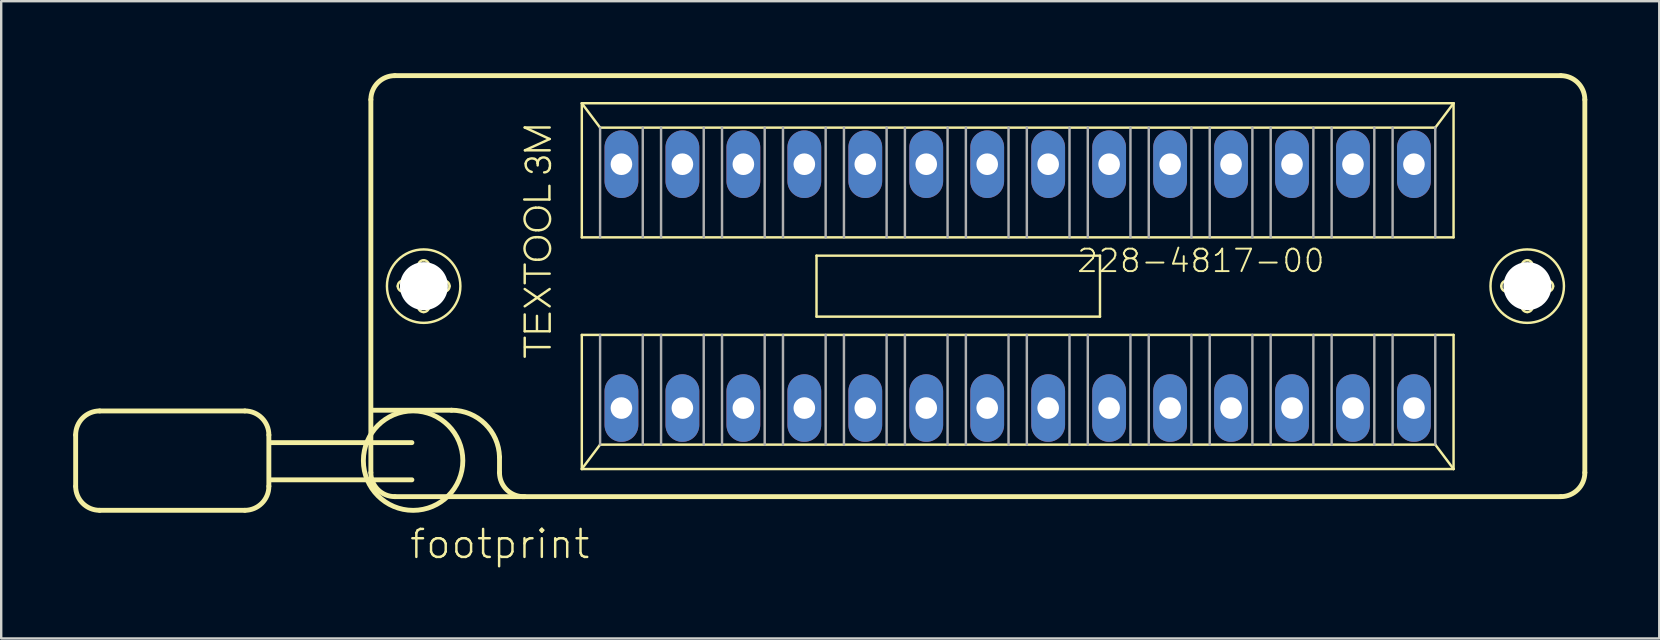
<source format=kicad_pcb>
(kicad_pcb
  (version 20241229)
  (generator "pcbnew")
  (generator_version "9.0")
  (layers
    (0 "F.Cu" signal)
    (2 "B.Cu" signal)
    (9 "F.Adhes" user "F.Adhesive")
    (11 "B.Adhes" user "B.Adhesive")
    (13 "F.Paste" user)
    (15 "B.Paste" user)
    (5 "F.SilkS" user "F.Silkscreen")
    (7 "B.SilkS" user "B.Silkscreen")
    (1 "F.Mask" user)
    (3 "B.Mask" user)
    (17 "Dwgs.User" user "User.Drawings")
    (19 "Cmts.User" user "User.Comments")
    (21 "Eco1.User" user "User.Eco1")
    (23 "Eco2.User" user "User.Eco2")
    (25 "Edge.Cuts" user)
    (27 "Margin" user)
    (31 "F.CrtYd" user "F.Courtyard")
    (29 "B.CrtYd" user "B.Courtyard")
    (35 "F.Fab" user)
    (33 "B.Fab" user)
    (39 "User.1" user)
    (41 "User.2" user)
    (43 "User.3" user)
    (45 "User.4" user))
  (footprint "footprint"
    (layer "F.Cu")
    (at 39.352 8.872)
    (property "Reference" "footprint" (at -25.4 11.43 0) (layer "F.SilkS") (effects (font (size 1.168 1.168) (thickness 0.102)) (justify left bottom)))
    (fp_line (start -39.25 6.2) (end -39.25 8.34) (stroke (width 0.203) (type solid)) (layer "F.SilkS"))
    (fp_line (start -38.25 5.2) (end -32.2 5.2) (stroke (width 0.203) (type solid)) (layer "F.SilkS"))
    (fp_line (start -32.2 9.34) (end -38.25 9.34) (stroke (width 0.203) (type solid)) (layer "F.SilkS"))
    (fp_line (start -31.2 6.2) (end -31.2 8.34) (stroke (width 0.203) (type solid)) (layer "F.SilkS"))
    (fp_line (start -26.95 7.77) (end -26.95 -7.77) (stroke (width 0.203) (type solid)) (layer "F.SilkS"))
    (fp_line (start -26.84 5.17) (end -23.59 5.17) (stroke (width 0.203) (type solid)) (layer "F.SilkS"))
    (fp_line (start -25.95 -8.77) (end 22.63 -8.77) (stroke (width 0.203) (type solid)) (layer "F.SilkS"))
    (fp_line (start -25.6 -0.23) (end -25.05 -0.23) (stroke (width 0.102) (type solid)) (layer "F.SilkS"))
    (fp_line (start -25.24 6.52) (end -31.15 6.52) (stroke (width 0.203) (type solid)) (layer "F.SilkS"))
    (fp_line (start -25.24 8.07) (end -31.15 8.07) (stroke (width 0.203) (type solid)) (layer "F.SilkS"))
    (fp_line (start -25.06 0.23) (end -25.6 0.23) (stroke (width 0.102) (type solid)) (layer "F.SilkS"))
    (fp_line (start -24.98 -0.31) (end -24.98 -0.85) (stroke (width 0.102) (type solid)) (layer "F.SilkS"))
    (fp_line (start -24.98 0.85) (end -24.98 0.3) (stroke (width 0.102) (type solid)) (layer "F.SilkS"))
    (fp_line (start -24.52 -0.85) (end -24.52 -0.3) (stroke (width 0.102) (type solid)) (layer "F.SilkS"))
    (fp_line (start -24.52 0.31) (end -24.52 0.85) (stroke (width 0.102) (type solid)) (layer "F.SilkS"))
    (fp_line (start -24.44 -0.23) (end -23.9 -0.23) (stroke (width 0.102) (type solid)) (layer "F.SilkS"))
    (fp_line (start -23.9 0.23) (end -24.45 0.23) (stroke (width 0.102) (type solid)) (layer "F.SilkS"))
    (fp_line (start -21.59 7.12) (end -21.59 7.77) (stroke (width 0.203) (type solid)) (layer "F.SilkS"))
    (fp_line (start -20.56 -3.61) (end -19.51 -3.61) (stroke (width 0.102) (type solid)) (layer "F.SilkS"))
    (fp_line (start -20.54 -6.61) (end -19.5 -6.61) (stroke (width 0.102) (type solid)) (layer "F.SilkS"))
    (fp_line (start -20.54 -0.12) (end -20.54 -0.9) (stroke (width 0.102) (type solid)) (layer "F.SilkS"))
    (fp_line (start -20.54 0.12) (end -19.5 0.84) (stroke (width 0.102) (type solid)) (layer "F.SilkS"))
    (fp_line (start -20.54 0.84) (end -19.5 0.12) (stroke (width 0.102) (type solid)) (layer "F.SilkS"))
    (fp_line (start -20.54 1.18) (end -20.54 1.88) (stroke (width 0.102) (type solid)) (layer "F.SilkS"))
    (fp_line (start -20.54 1.88) (end -19.5 1.88) (stroke (width 0.102) (type solid)) (layer "F.SilkS"))
    (fp_line (start -20.54 2.94) (end -20.54 2.15) (stroke (width 0.102) (type solid)) (layer "F.SilkS"))
    (fp_line (start -20.53 -5.66) (end -19.5 -6.13) (stroke (width 0.102) (type solid)) (layer "F.SilkS"))
    (fp_line (start -20.53 2.54) (end -19.5 2.54) (stroke (width 0.102) (type solid)) (layer "F.SilkS"))
    (fp_line (start -20.52 -0.52) (end -19.5 -0.52) (stroke (width 0.102) (type solid)) (layer "F.SilkS"))
    (fp_line (start -20.08 -3.27) (end -19.95 -3.27) (stroke (width 0.102) (type solid)) (layer "F.SilkS"))
    (fp_line (start -20.08 -2.33) (end -19.95 -2.33) (stroke (width 0.102) (type solid)) (layer "F.SilkS"))
    (fp_line (start -20.08 -2.04) (end -19.95 -2.04) (stroke (width 0.102) (type solid)) (layer "F.SilkS"))
    (fp_line (start -20.08 -1.1) (end -19.95 -1.1) (stroke (width 0.102) (type solid)) (layer "F.SilkS"))
    (fp_line (start -20.03 1.24) (end -20.03 1.84) (stroke (width 0.102) (type solid)) (layer "F.SilkS"))
    (fp_line (start -20 -5.03) (end -20 -5.12) (stroke (width 0.102) (type solid)) (layer "F.SilkS"))
    (fp_line (start -19.51 -3.61) (end -19.51 -4.18) (stroke (width 0.102) (type solid)) (layer "F.SilkS"))
    (fp_line (start -19.5 -6.13) (end -20.54 -6.61) (stroke (width 0.102) (type solid)) (layer "F.SilkS"))
    (fp_line (start -19.5 -5.66) (end -20.53 -5.66) (stroke (width 0.102) (type solid)) (layer "F.SilkS"))
    (fp_line (start -19.5 1.88) (end -19.5 1.15) (stroke (width 0.102) (type solid)) (layer "F.SilkS"))
    (fp_line (start -18.161 -7.62) (end 18.161 -7.62) (stroke (width 0.102) (type solid)) (layer "F.SilkS"))
    (fp_line (start -18.161 -2.032) (end -18.161 -7.62) (stroke (width 0.102) (type solid)) (layer "F.SilkS"))
    (fp_line (start -18.161 2.032) (end 18.161 2.032) (stroke (width 0.102) (type solid)) (layer "F.SilkS"))
    (fp_line (start -18.161 7.62) (end -18.161 2.032) (stroke (width 0.102) (type solid)) (layer "F.SilkS"))
    (fp_line (start -18.161 7.62) (end -17.399 6.604) (stroke (width 0.102) (type solid)) (layer "F.SilkS"))
    (fp_line (start -17.399 -6.604) (end -18.161 -7.62) (stroke (width 0.102) (type solid)) (layer "F.SilkS"))
    (fp_line (start -17.399 6.604) (end 17.399 6.604) (stroke (width 0.102) (type solid)) (layer "F.SilkS"))
    (fp_line (start -8.382 -1.27) (end 3.429 -1.27) (stroke (width 0.102) (type solid)) (layer "F.SilkS"))
    (fp_line (start -8.382 1.27) (end -8.382 -1.27) (stroke (width 0.102) (type solid)) (layer "F.SilkS"))
    (fp_line (start 3.429 -1.27) (end 3.429 1.27) (stroke (width 0.102) (type solid)) (layer "F.SilkS"))
    (fp_line (start 3.429 1.27) (end -8.382 1.27) (stroke (width 0.102) (type solid)) (layer "F.SilkS"))
    (fp_line (start 17.399 -6.604) (end -17.399 -6.604) (stroke (width 0.102) (type solid)) (layer "F.SilkS"))
    (fp_line (start 17.399 6.604) (end 18.161 7.62) (stroke (width 0.102) (type solid)) (layer "F.SilkS"))
    (fp_line (start 18.161 -7.62) (end 17.399 -6.604) (stroke (width 0.102) (type solid)) (layer "F.SilkS"))
    (fp_line (start 18.161 -7.62) (end 18.161 -2.032) (stroke (width 0.102) (type solid)) (layer "F.SilkS"))
    (fp_line (start 18.161 -2.032) (end -18.161 -2.032) (stroke (width 0.102) (type solid)) (layer "F.SilkS"))
    (fp_line (start 18.161 2.032) (end 18.161 7.62) (stroke (width 0.102) (type solid)) (layer "F.SilkS"))
    (fp_line (start 18.161 7.62) (end -18.161 7.62) (stroke (width 0.102) (type solid)) (layer "F.SilkS"))
    (fp_line (start 20.38 -0.23) (end 20.93 -0.23) (stroke (width 0.102) (type solid)) (layer "F.SilkS"))
    (fp_line (start 20.92 0.23) (end 20.38 0.23) (stroke (width 0.102) (type solid)) (layer "F.SilkS"))
    (fp_line (start 21 -0.31) (end 21 -0.85) (stroke (width 0.102) (type solid)) (layer "F.SilkS"))
    (fp_line (start 21 0.85) (end 21 0.3) (stroke (width 0.102) (type solid)) (layer "F.SilkS"))
    (fp_line (start 21.46 -0.85) (end 21.46 -0.3) (stroke (width 0.102) (type solid)) (layer "F.SilkS"))
    (fp_line (start 21.46 0.31) (end 21.46 0.85) (stroke (width 0.102) (type solid)) (layer "F.SilkS"))
    (fp_line (start 21.54 -0.23) (end 22.08 -0.23) (stroke (width 0.102) (type solid)) (layer "F.SilkS"))
    (fp_line (start 22.08 0.23) (end 21.53 0.23) (stroke (width 0.102) (type solid)) (layer "F.SilkS"))
    (fp_line (start 22.63 8.77) (end -25.95 8.77) (stroke (width 0.203) (type solid)) (layer "F.SilkS"))
    (fp_line (start 23.63 -7.77) (end 23.63 7.77) (stroke (width 0.203) (type solid)) (layer "F.SilkS"))
    (fp_arc (start -39.25 6.2) (mid -38.957107 5.492893) (end -38.25 5.2) (stroke (width 0.2032) (type solid)) (layer "F.SilkS"))
    (fp_arc (start -38.25 9.34) (mid -38.957107 9.047107) (end -39.25 8.34) (stroke (width 0.2032) (type solid)) (layer "F.SilkS"))
    (fp_arc (start -32.2 5.2) (mid -31.492893 5.492893) (end -31.2 6.2) (stroke (width 0.2032) (type solid)) (layer "F.SilkS"))
    (fp_arc (start -31.2 8.34) (mid -31.492893 9.047107) (end -32.2 9.34) (stroke (width 0.2032) (type solid)) (layer "F.SilkS"))
    (fp_arc (start -26.95 -7.77) (mid -26.657107 -8.477107) (end -25.95 -8.77) (stroke (width 0.2032) (type solid)) (layer "F.SilkS"))
    (fp_arc (start -25.95 8.77) (mid -26.657107 8.477107) (end -26.95 7.77) (stroke (width 0.2032) (type solid)) (layer "F.SilkS"))
    (fp_arc (start -25.83 0) (mid -25.762635 -0.162635) (end -25.6 -0.23) (stroke (width 0.1016) (type solid)) (layer "F.SilkS"))
    (fp_arc (start -25.6 0.23) (mid -25.762635 0.162635) (end -25.83 0) (stroke (width 0.1016) (type solid)) (layer "F.SilkS"))
    (fp_arc (start -25.06 0.23) (mid -25.010503 0.250503) (end -24.99 0.3) (stroke (width 0.1016) (type solid)) (layer "F.SilkS"))
    (fp_arc (start -24.98 -0.85) (mid -24.912635 -1.012635) (end -24.75 -1.08) (stroke (width 0.1016) (type solid)) (layer "F.SilkS"))
    (fp_arc (start -24.98 -0.3) (mid -25.000503 -0.250503) (end -25.05 -0.23) (stroke (width 0.1016) (type solid)) (layer "F.SilkS"))
    (fp_arc (start -24.75 -1.08) (mid -24.587365 -1.012635) (end -24.52 -0.85) (stroke (width 0.1016) (type solid)) (layer "F.SilkS"))
    (fp_arc (start -24.75 1.08) (mid -24.912635 1.012635) (end -24.98 0.85) (stroke (width 0.1016) (type solid)) (layer "F.SilkS"))
    (fp_arc (start -24.52 0.3) (mid -24.499497 0.250503) (end -24.45 0.23) (stroke (width 0.1016) (type solid)) (layer "F.SilkS"))
    (fp_arc (start -24.52 0.85) (mid -24.587365 1.012635) (end -24.75 1.08) (stroke (width 0.1016) (type solid)) (layer "F.SilkS"))
    (fp_arc (start -24.45 -0.23) (mid -24.499497 -0.250503) (end -24.52 -0.3) (stroke (width 0.1016) (type solid)) (layer "F.SilkS"))
    (fp_arc (start -23.9 -0.23) (mid -23.737365 -0.162635) (end -23.67 0) (stroke (width 0.1016) (type solid)) (layer "F.SilkS"))
    (fp_arc (start -23.67 0) (mid -23.737365 0.162635) (end -23.9 0.23) (stroke (width 0.1016) (type solid)) (layer "F.SilkS"))
    (fp_arc (start -23.59 5.17) (mid -22.193341 5.738169) (end -21.59 7.119998) (stroke (width 0.2032) (type solid)) (layer "F.SilkS"))
    (fp_arc (start -20.539998 8.769999) (mid -21.279284 8.495) (end -21.59 7.77) (stroke (width 0.2032) (type solid)) (layer "F.SilkS"))
    (fp_arc (start -20.5 -5.109999) (mid -20.464621 -5.207696) (end -20.39 -5.28) (stroke (width 0.1016) (type solid)) (layer "F.SilkS"))
    (fp_arc (start -20.39 -5.28) (mid -20.257382 -5.322157) (end -20.12 -5.3) (stroke (width 0.1016) (type solid)) (layer "F.SilkS"))
    (fp_arc (start -20.250001 -4.759999) (mid -20.44297 -4.88645) (end -20.5 -5.11) (stroke (width 0.1016) (type solid)) (layer "F.SilkS"))
    (fp_arc (start -20.120001 -5.299999) (mid -20.032751 -5.228166) (end -20 -5.12) (stroke (width 0.1016) (type solid)) (layer "F.SilkS"))
    (fp_arc (start -20.08 -2.33) (mid -20.55 -2.8) (end -20.08 -3.27) (stroke (width 0.1016) (type solid)) (layer "F.SilkS"))
    (fp_arc (start -20.08 -1.1) (mid -20.55 -1.57) (end -20.08 -2.04) (stroke (width 0.1016) (type solid)) (layer "F.SilkS"))
    (fp_arc (start -20 -5.12) (mid -19.96789 -5.240938) (end -19.879999 -5.330001) (stroke (width 0.1016) (type solid)) (layer "F.SilkS"))
    (fp_arc (start -19.95 -3.27) (mid -19.48 -2.8) (end -19.95 -2.33) (stroke (width 0.1016) (type solid)) (layer "F.SilkS"))
    (fp_arc (start -19.95 -2.04) (mid -19.48 -1.57) (end -19.95 -1.1) (stroke (width 0.1016) (type solid)) (layer "F.SilkS"))
    (fp_arc (start -19.88 -5.33) (mid -19.736885 -5.363595) (end -19.599999 -5.309999) (stroke (width 0.1016) (type solid)) (layer "F.SilkS"))
    (fp_arc (start -19.6 -5.31) (mid -19.525084 -5.220954) (end -19.49 -5.110001) (stroke (width 0.1016) (type solid)) (layer "F.SilkS"))
    (fp_arc (start -19.5 -4.92) (mid -19.582524 -4.788503) (end -19.73 -4.740001) (stroke (width 0.1016) (type solid)) (layer "F.SilkS"))
    (fp_arc (start -19.49 -5.11) (mid -19.487277 -5.014593) (end -19.5 -4.92) (stroke (width 0.1016) (type solid)) (layer "F.SilkS"))
    (fp_arc (start 20.15 0) (mid 20.217365 -0.162635) (end 20.38 -0.23) (stroke (width 0.1016) (type solid)) (layer "F.SilkS"))
    (fp_arc (start 20.38 0.23) (mid 20.217365 0.162635) (end 20.15 0) (stroke (width 0.1016) (type solid)) (layer "F.SilkS"))
    (fp_arc (start 20.92 0.23) (mid 20.969497 0.250503) (end 20.99 0.3) (stroke (width 0.1016) (type solid)) (layer "F.SilkS"))
    (fp_arc (start 21 -0.85) (mid 21.067365 -1.012635) (end 21.23 -1.08) (stroke (width 0.1016) (type solid)) (layer "F.SilkS"))
    (fp_arc (start 21 -0.3) (mid 20.979497 -0.250503) (end 20.93 -0.23) (stroke (width 0.1016) (type solid)) (layer "F.SilkS"))
    (fp_arc (start 21.23 -1.08) (mid 21.392635 -1.012635) (end 21.46 -0.85) (stroke (width 0.1016) (type solid)) (layer "F.SilkS"))
    (fp_arc (start 21.23 1.08) (mid 21.067365 1.012635) (end 21 0.85) (stroke (width 0.1016) (type solid)) (layer "F.SilkS"))
    (fp_arc (start 21.46 0.3) (mid 21.480503 0.250503) (end 21.53 0.23) (stroke (width 0.1016) (type solid)) (layer "F.SilkS"))
    (fp_arc (start 21.46 0.85) (mid 21.392635 1.012635) (end 21.23 1.08) (stroke (width 0.1016) (type solid)) (layer "F.SilkS"))
    (fp_arc (start 21.53 -0.23) (mid 21.480503 -0.250503) (end 21.46 -0.3) (stroke (width 0.1016) (type solid)) (layer "F.SilkS"))
    (fp_arc (start 22.08 -0.23) (mid 22.242635 -0.162635) (end 22.31 0) (stroke (width 0.1016) (type solid)) (layer "F.SilkS"))
    (fp_arc (start 22.31 0) (mid 22.242635 0.162635) (end 22.08 0.23) (stroke (width 0.1016) (type solid)) (layer "F.SilkS"))
    (fp_arc (start 22.63 -8.77) (mid 23.337107 -8.477107) (end 23.63 -7.77) (stroke (width 0.2032) (type solid)) (layer "F.SilkS"))
    (fp_arc (start 23.63 7.77) (mid 23.337107 8.477107) (end 22.63 8.77) (stroke (width 0.2032) (type solid)) (layer "F.SilkS"))
    (fp_circle (center -25.19 7.27) (end -23.118 7.27) (stroke (width 0.203) (type solid)) (fill no) (layer "F.SilkS"))
    (fp_circle (center -24.75 0) (end -23.22 0) (stroke (width 0.102) (type solid)) (fill no) (layer "F.SilkS"))
    (fp_circle (center 21.23 0) (end 22.76 0) (stroke (width 0.102) (type solid)) (fill no) (layer "F.SilkS"))
    (fp_line (start -17.399 -6.604) (end -17.399 -2.032) (stroke (width 0.102) (type solid)) (layer "F.Fab"))
    (fp_line (start -17.399 2.032) (end -17.399 6.604) (stroke (width 0.102) (type solid)) (layer "F.Fab"))
    (fp_line (start -15.621 -2.032) (end -15.621 -6.604) (stroke (width 0.102) (type solid)) (layer "F.Fab"))
    (fp_line (start -15.621 2.032) (end -15.621 6.604) (stroke (width 0.102) (type solid)) (layer "F.Fab"))
    (fp_line (start -14.859 -2.032) (end -14.859 -6.604) (stroke (width 0.102) (type solid)) (layer "F.Fab"))
    (fp_line (start -14.859 2.032) (end -14.859 6.604) (stroke (width 0.102) (type solid)) (layer "F.Fab"))
    (fp_line (start -13.081 -2.032) (end -13.081 -6.604) (stroke (width 0.102) (type solid)) (layer "F.Fab"))
    (fp_line (start -13.081 2.032) (end -13.081 6.604) (stroke (width 0.102) (type solid)) (layer "F.Fab"))
    (fp_line (start -12.319 -2.032) (end -12.319 -6.604) (stroke (width 0.102) (type solid)) (layer "F.Fab"))
    (fp_line (start -12.319 2.032) (end -12.319 6.604) (stroke (width 0.102) (type solid)) (layer "F.Fab"))
    (fp_line (start -10.541 -2.032) (end -10.541 -6.604) (stroke (width 0.102) (type solid)) (layer "F.Fab"))
    (fp_line (start -10.541 2.032) (end -10.541 6.604) (stroke (width 0.102) (type solid)) (layer "F.Fab"))
    (fp_line (start -9.779 -2.032) (end -9.779 -6.604) (stroke (width 0.102) (type solid)) (layer "F.Fab"))
    (fp_line (start -9.779 2.032) (end -9.779 6.604) (stroke (width 0.102) (type solid)) (layer "F.Fab"))
    (fp_line (start -8.001 -2.032) (end -8.001 -6.604) (stroke (width 0.102) (type solid)) (layer "F.Fab"))
    (fp_line (start -8.001 2.032) (end -8.001 6.604) (stroke (width 0.102) (type solid)) (layer "F.Fab"))
    (fp_line (start -7.239 -2.032) (end -7.239 -6.604) (stroke (width 0.102) (type solid)) (layer "F.Fab"))
    (fp_line (start -7.239 2.032) (end -7.239 6.604) (stroke (width 0.102) (type solid)) (layer "F.Fab"))
    (fp_line (start -5.461 -2.032) (end -5.461 -6.604) (stroke (width 0.102) (type solid)) (layer "F.Fab"))
    (fp_line (start -5.461 2.032) (end -5.461 6.604) (stroke (width 0.102) (type solid)) (layer "F.Fab"))
    (fp_line (start -4.699 -2.032) (end -4.699 -6.604) (stroke (width 0.102) (type solid)) (layer "F.Fab"))
    (fp_line (start -4.699 2.032) (end -4.699 6.604) (stroke (width 0.102) (type solid)) (layer "F.Fab"))
    (fp_line (start -2.921 -2.032) (end -2.921 -6.604) (stroke (width 0.102) (type solid)) (layer "F.Fab"))
    (fp_line (start -2.921 2.032) (end -2.921 6.604) (stroke (width 0.102) (type solid)) (layer "F.Fab"))
    (fp_line (start -2.159 -2.032) (end -2.159 -6.604) (stroke (width 0.102) (type solid)) (layer "F.Fab"))
    (fp_line (start -2.159 2.032) (end -2.159 6.604) (stroke (width 0.102) (type solid)) (layer "F.Fab"))
    (fp_line (start -0.381 -2.032) (end -0.381 -6.604) (stroke (width 0.102) (type solid)) (layer "F.Fab"))
    (fp_line (start -0.381 2.032) (end -0.381 6.604) (stroke (width 0.102) (type solid)) (layer "F.Fab"))
    (fp_line (start 0.381 -2.032) (end 0.381 -6.604) (stroke (width 0.102) (type solid)) (layer "F.Fab"))
    (fp_line (start 0.381 2.032) (end 0.381 6.604) (stroke (width 0.102) (type solid)) (layer "F.Fab"))
    (fp_line (start 2.159 -2.032) (end 2.159 -6.604) (stroke (width 0.102) (type solid)) (layer "F.Fab"))
    (fp_line (start 2.159 2.032) (end 2.159 6.604) (stroke (width 0.102) (type solid)) (layer "F.Fab"))
    (fp_line (start 2.921 -2.032) (end 2.921 -6.604) (stroke (width 0.102) (type solid)) (layer "F.Fab"))
    (fp_line (start 2.921 2.032) (end 2.921 6.604) (stroke (width 0.102) (type solid)) (layer "F.Fab"))
    (fp_line (start 4.699 -2.032) (end 4.699 -6.604) (stroke (width 0.102) (type solid)) (layer "F.Fab"))
    (fp_line (start 4.699 2.032) (end 4.699 6.604) (stroke (width 0.102) (type solid)) (layer "F.Fab"))
    (fp_line (start 5.461 -2.032) (end 5.461 -6.604) (stroke (width 0.102) (type solid)) (layer "F.Fab"))
    (fp_line (start 5.461 2.032) (end 5.461 6.604) (stroke (width 0.102) (type solid)) (layer "F.Fab"))
    (fp_line (start 7.239 -2.032) (end 7.239 -6.604) (stroke (width 0.102) (type solid)) (layer "F.Fab"))
    (fp_line (start 7.239 2.032) (end 7.239 6.604) (stroke (width 0.102) (type solid)) (layer "F.Fab"))
    (fp_line (start 8.001 -2.032) (end 8.001 -6.604) (stroke (width 0.102) (type solid)) (layer "F.Fab"))
    (fp_line (start 8.001 2.032) (end 8.001 6.604) (stroke (width 0.102) (type solid)) (layer "F.Fab"))
    (fp_line (start 9.779 -2.032) (end 9.779 -6.604) (stroke (width 0.102) (type solid)) (layer "F.Fab"))
    (fp_line (start 9.779 2.032) (end 9.779 6.604) (stroke (width 0.102) (type solid)) (layer "F.Fab"))
    (fp_line (start 10.541 -2.032) (end 10.541 -6.604) (stroke (width 0.102) (type solid)) (layer "F.Fab"))
    (fp_line (start 10.541 2.032) (end 10.541 6.604) (stroke (width 0.102) (type solid)) (layer "F.Fab"))
    (fp_line (start 12.319 -2.032) (end 12.319 -6.604) (stroke (width 0.102) (type solid)) (layer "F.Fab"))
    (fp_line (start 12.319 2.032) (end 12.319 6.604) (stroke (width 0.102) (type solid)) (layer "F.Fab"))
    (fp_line (start 13.081 -2.032) (end 13.081 -6.604) (stroke (width 0.102) (type solid)) (layer "F.Fab"))
    (fp_line (start 13.081 2.032) (end 13.081 6.604) (stroke (width 0.102) (type solid)) (layer "F.Fab"))
    (fp_line (start 14.859 -2.032) (end 14.859 -6.604) (stroke (width 0.102) (type solid)) (layer "F.Fab"))
    (fp_line (start 14.859 2.032) (end 14.859 6.604) (stroke (width 0.102) (type solid)) (layer "F.Fab"))
    (fp_line (start 15.621 -2.032) (end 15.621 -6.604) (stroke (width 0.102) (type solid)) (layer "F.Fab"))
    (fp_line (start 15.621 2.032) (end 15.621 6.604) (stroke (width 0.102) (type solid)) (layer "F.Fab"))
    (fp_line (start 17.399 -2.032) (end 17.399 -6.604) (stroke (width 0.102) (type solid)) (layer "F.Fab"))
    (fp_line (start 17.399 6.604) (end 17.399 2.032) (stroke (width 0.102) (type solid)) (layer "F.Fab"))
    (fp_text user "228-4817-00" (at 2.413 -0.508 180) (layer "F.SilkS") (effects (font (size 0.935 0.935) (thickness 0.081)) (justify left bottom)))
    (pad "" np_thru_hole circle (at -24.74 0) (size 2 2) (drill 2) (layers "*.Cu" "*.Mask"))
    (pad "" np_thru_hole circle (at 21.24 0) (size 2 2) (drill 2) (layers "*.Cu" "*.Mask"))
    (pad "1" thru_hole oval (at -16.51 5.08 90) (size 2.816 1.408) (drill 0.9) (layers "*.Cu" "*.Mask"))
    (pad "2" thru_hole oval (at -13.97 5.08 90) (size 2.816 1.408) (drill 0.9) (layers "*.Cu" "*.Mask"))
    (pad "3" thru_hole oval (at -11.43 5.08 90) (size 2.816 1.408) (drill 0.9) (layers "*.Cu" "*.Mask"))
    (pad "4" thru_hole oval (at -8.89 5.08 90) (size 2.816 1.408) (drill 0.9) (layers "*.Cu" "*.Mask"))
    (pad "5" thru_hole oval (at -6.35 5.08 90) (size 2.816 1.408) (drill 0.9) (layers "*.Cu" "*.Mask"))
    (pad "6" thru_hole oval (at -3.81 5.08 90) (size 2.816 1.408) (drill 0.9) (layers "*.Cu" "*.Mask"))
    (pad "7" thru_hole oval (at -1.27 5.08 90) (size 2.816 1.408) (drill 0.9) (layers "*.Cu" "*.Mask"))
    (pad "8" thru_hole oval (at 1.27 5.08 90) (size 2.816 1.408) (drill 0.9) (layers "*.Cu" "*.Mask"))
    (pad "9" thru_hole oval (at 3.81 5.08 90) (size 2.816 1.408) (drill 0.9) (layers "*.Cu" "*.Mask"))
    (pad "10" thru_hole oval (at 6.35 5.08 90) (size 2.816 1.408) (drill 0.9) (layers "*.Cu" "*.Mask"))
    (pad "11" thru_hole oval (at 8.89 5.08 90) (size 2.816 1.408) (drill 0.9) (layers "*.Cu" "*.Mask"))
    (pad "12" thru_hole oval (at 11.43 5.08 90) (size 2.816 1.408) (drill 0.9) (layers "*.Cu" "*.Mask"))
    (pad "13" thru_hole oval (at 13.97 5.08 90) (size 2.816 1.408) (drill 0.9) (layers "*.Cu" "*.Mask"))
    (pad "14" thru_hole oval (at 16.51 5.08 90) (size 2.816 1.408) (drill 0.9) (layers "*.Cu" "*.Mask"))
    (pad "15" thru_hole oval (at 16.51 -5.08 90) (size 2.816 1.408) (drill 0.9) (layers "*.Cu" "*.Mask"))
    (pad "16" thru_hole oval (at 13.97 -5.08 90) (size 2.816 1.408) (drill 0.9) (layers "*.Cu" "*.Mask"))
    (pad "17" thru_hole oval (at 11.43 -5.08 90) (size 2.816 1.408) (drill 0.9) (layers "*.Cu" "*.Mask"))
    (pad "18" thru_hole oval (at 8.89 -5.08 90) (size 2.816 1.408) (drill 0.9) (layers "*.Cu" "*.Mask"))
    (pad "19" thru_hole oval (at 6.35 -5.08 90) (size 2.816 1.408) (drill 0.9) (layers "*.Cu" "*.Mask"))
    (pad "20" thru_hole oval (at 3.81 -5.08 90) (size 2.816 1.408) (drill 0.9) (layers "*.Cu" "*.Mask"))
    (pad "21" thru_hole oval (at 1.27 -5.08 90) (size 2.816 1.408) (drill 0.9) (layers "*.Cu" "*.Mask"))
    (pad "22" thru_hole oval (at -1.27 -5.08 90) (size 2.816 1.408) (drill 0.9) (layers "*.Cu" "*.Mask"))
    (pad "23" thru_hole oval (at -3.81 -5.08 90) (size 2.816 1.408) (drill 0.9) (layers "*.Cu" "*.Mask"))
    (pad "24" thru_hole oval (at -6.35 -5.08 90) (size 2.816 1.408) (drill 0.9) (layers "*.Cu" "*.Mask"))
    (pad "25" thru_hole oval (at -8.89 -5.08 90) (size 2.816 1.408) (drill 0.9) (layers "*.Cu" "*.Mask"))
    (pad "26" thru_hole oval (at -11.43 -5.08 90) (size 2.816 1.408) (drill 0.9) (layers "*.Cu" "*.Mask"))
    (pad "27" thru_hole oval (at -13.97 -5.08 90) (size 2.816 1.408) (drill 0.9) (layers "*.Cu" "*.Mask"))
    (pad "28" thru_hole oval (at -16.51 -5.08 90) (size 2.816 1.408) (drill 0.9) (layers "*.Cu" "*.Mask")))
  (gr_rect
    (start -3 -3)
    (end 66.083 23.552)
    (stroke (width 0.1) (type default))
    (fill no)
    (layer "Edge.Cuts")))
</source>
